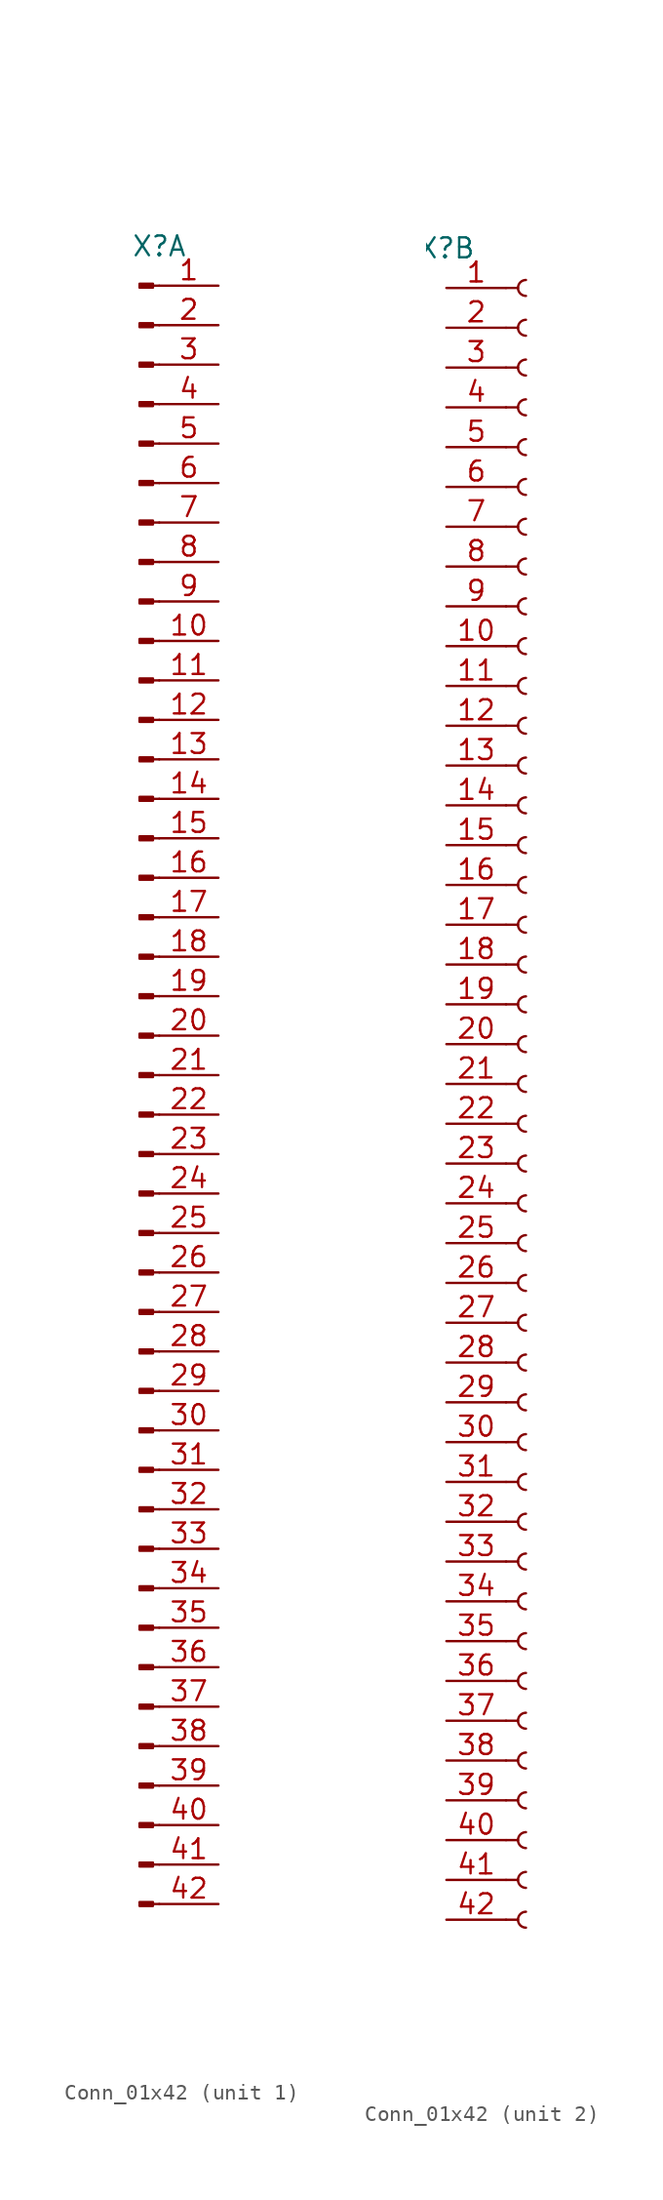
<source format=kicad_sym>
(kicad_symbol_lib
  (version 20241209)
  (generator "kicad_symbol_editor")
  (generator_version "9.0")
  (symbol "Conn_01x42"
    (pin_names
      (offset 1.016)
      (hide yes))
    (property "Reference" "X"
      (at 0 53.34 0)
      (effects (font (size 1.27 1.27))))
    (property "ki_locked" ""
      (at 0 0 0)
      (effects (font (size 1.27 1.27))))
    (symbol "Conn_01x42_1_1"
      (rectangle (start -0.406 50.927) (end -1.27 50.673) (stroke (width 0.152) (type default)) (fill (type outline)))
      (rectangle (start -0.406 48.387) (end -1.27 48.133) (stroke (width 0.152) (type default)) (fill (type outline)))
      (rectangle (start -0.406 45.847) (end -1.27 45.593) (stroke (width 0.152) (type default)) (fill (type outline)))
      (rectangle (start -0.406 43.307) (end -1.27 43.053) (stroke (width 0.152) (type default)) (fill (type outline)))
      (rectangle (start -0.406 40.767) (end -1.27 40.513) (stroke (width 0.152) (type default)) (fill (type outline)))
      (rectangle (start -0.406 38.227) (end -1.27 37.973) (stroke (width 0.152) (type default)) (fill (type outline)))
      (rectangle (start -0.406 35.687) (end -1.27 35.433) (stroke (width 0.152) (type default)) (fill (type outline)))
      (rectangle (start -0.406 33.147) (end -1.27 32.893) (stroke (width 0.152) (type default)) (fill (type outline)))
      (rectangle (start -0.406 30.607) (end -1.27 30.353) (stroke (width 0.152) (type default)) (fill (type outline)))
      (rectangle (start -0.406 28.067) (end -1.27 27.813) (stroke (width 0.152) (type default)) (fill (type outline)))
      (rectangle (start -0.406 25.527) (end -1.27 25.273) (stroke (width 0.152) (type default)) (fill (type outline)))
      (rectangle (start -0.406 22.987) (end -1.27 22.733) (stroke (width 0.152) (type default)) (fill (type outline)))
      (rectangle (start -0.406 20.447) (end -1.27 20.193) (stroke (width 0.152) (type default)) (fill (type outline)))
      (rectangle (start -0.406 17.907) (end -1.27 17.653) (stroke (width 0.152) (type default)) (fill (type outline)))
      (rectangle (start -0.406 15.367) (end -1.27 15.113) (stroke (width 0.152) (type default)) (fill (type outline)))
      (rectangle (start -0.406 12.827) (end -1.27 12.573) (stroke (width 0.152) (type default)) (fill (type outline)))
      (rectangle (start -0.406 10.287) (end -1.27 10.033) (stroke (width 0.152) (type default)) (fill (type outline)))
      (rectangle (start -0.406 7.747) (end -1.27 7.493) (stroke (width 0.152) (type default)) (fill (type outline)))
      (rectangle (start -0.406 5.207) (end -1.27 4.953) (stroke (width 0.152) (type default)) (fill (type outline)))
      (rectangle (start -0.406 2.667) (end -1.27 2.413) (stroke (width 0.152) (type default)) (fill (type outline)))
      (rectangle (start -0.406 0.127) (end -1.27 -0.127) (stroke (width 0.152) (type default)) (fill (type outline)))
      (rectangle (start -0.406 -2.413) (end -1.27 -2.667) (stroke (width 0.152) (type default)) (fill (type outline)))
      (rectangle (start -0.406 -4.953) (end -1.27 -5.207) (stroke (width 0.152) (type default)) (fill (type outline)))
      (rectangle (start -0.406 -7.493) (end -1.27 -7.747) (stroke (width 0.152) (type default)) (fill (type outline)))
      (rectangle (start -0.406 -10.033) (end -1.27 -10.287) (stroke (width 0.152) (type default)) (fill (type outline)))
      (rectangle (start -0.406 -12.573) (end -1.27 -12.827) (stroke (width 0.152) (type default)) (fill (type outline)))
      (rectangle (start -0.406 -15.113) (end -1.27 -15.367) (stroke (width 0.152) (type default)) (fill (type outline)))
      (rectangle (start -0.406 -17.653) (end -1.27 -17.907) (stroke (width 0.152) (type default)) (fill (type outline)))
      (rectangle (start -0.406 -20.193) (end -1.27 -20.447) (stroke (width 0.152) (type default)) (fill (type outline)))
      (rectangle (start -0.406 -22.733) (end -1.27 -22.987) (stroke (width 0.152) (type default)) (fill (type outline)))
      (rectangle (start -0.406 -25.273) (end -1.27 -25.527) (stroke (width 0.152) (type default)) (fill (type outline)))
      (rectangle (start -0.406 -27.813) (end -1.27 -28.067) (stroke (width 0.152) (type default)) (fill (type outline)))
      (rectangle (start -0.406 -30.353) (end -1.27 -30.607) (stroke (width 0.152) (type default)) (fill (type outline)))
      (rectangle (start -0.406 -32.893) (end -1.27 -33.147) (stroke (width 0.152) (type default)) (fill (type outline)))
      (rectangle (start -0.406 -35.433) (end -1.27 -35.687) (stroke (width 0.152) (type default)) (fill (type outline)))
      (rectangle (start -0.406 -37.973) (end -1.27 -38.227) (stroke (width 0.152) (type default)) (fill (type outline)))
      (rectangle (start -0.406 -40.513) (end -1.27 -40.767) (stroke (width 0.152) (type default)) (fill (type outline)))
      (rectangle (start -0.406 -43.053) (end -1.27 -43.307) (stroke (width 0.152) (type default)) (fill (type outline)))
      (rectangle (start -0.406 -45.593) (end -1.27 -45.847) (stroke (width 0.152) (type default)) (fill (type outline)))
      (rectangle (start -0.406 -48.133) (end -1.27 -48.387) (stroke (width 0.152) (type default)) (fill (type outline)))
      (rectangle (start -0.406 -50.673) (end -1.27 -50.927) (stroke (width 0.152) (type default)) (fill (type outline)))
      (rectangle (start -0.406 -53.213) (end -1.27 -53.467) (stroke (width 0.152) (type default)) (fill (type outline)))
      (polyline (pts (xy 0 50.8) (xy -0.406 50.8)) (stroke (width 0.152) (type default)) (fill (type none)))
      (polyline (pts (xy 0 48.26) (xy -0.406 48.26)) (stroke (width 0.152) (type default)) (fill (type none)))
      (polyline (pts (xy 0 45.72) (xy -0.406 45.72)) (stroke (width 0.152) (type default)) (fill (type none)))
      (polyline (pts (xy 0 43.18) (xy -0.406 43.18)) (stroke (width 0.152) (type default)) (fill (type none)))
      (polyline (pts (xy 0 40.64) (xy -0.406 40.64)) (stroke (width 0.152) (type default)) (fill (type none)))
      (polyline (pts (xy 0 38.1) (xy -0.406 38.1)) (stroke (width 0.152) (type default)) (fill (type none)))
      (polyline (pts (xy 0 35.56) (xy -0.406 35.56)) (stroke (width 0.152) (type default)) (fill (type none)))
      (polyline (pts (xy 0 33.02) (xy -0.406 33.02)) (stroke (width 0.152) (type default)) (fill (type none)))
      (polyline (pts (xy 0 30.48) (xy -0.406 30.48)) (stroke (width 0.152) (type default)) (fill (type none)))
      (polyline (pts (xy 0 27.94) (xy -0.406 27.94)) (stroke (width 0.152) (type default)) (fill (type none)))
      (polyline (pts (xy 0 25.4) (xy -0.406 25.4)) (stroke (width 0.152) (type default)) (fill (type none)))
      (polyline (pts (xy 0 22.86) (xy -0.406 22.86)) (stroke (width 0.152) (type default)) (fill (type none)))
      (polyline (pts (xy 0 20.32) (xy -0.406 20.32)) (stroke (width 0.152) (type default)) (fill (type none)))
      (polyline (pts (xy 0 17.78) (xy -0.406 17.78)) (stroke (width 0.152) (type default)) (fill (type none)))
      (polyline (pts (xy 0 15.24) (xy -0.406 15.24)) (stroke (width 0.152) (type default)) (fill (type none)))
      (polyline (pts (xy 0 12.7) (xy -0.406 12.7)) (stroke (width 0.152) (type default)) (fill (type none)))
      (polyline (pts (xy 0 10.16) (xy -0.406 10.16)) (stroke (width 0.152) (type default)) (fill (type none)))
      (polyline (pts (xy 0 7.62) (xy -0.406 7.62)) (stroke (width 0.152) (type default)) (fill (type none)))
      (polyline (pts (xy 0 5.08) (xy -0.406 5.08)) (stroke (width 0.152) (type default)) (fill (type none)))
      (polyline (pts (xy 0 2.54) (xy -0.406 2.54)) (stroke (width 0.152) (type default)) (fill (type none)))
      (polyline (pts (xy 0 0) (xy -0.406 0)) (stroke (width 0.152) (type default)) (fill (type none)))
      (polyline (pts (xy 0 -2.54) (xy -0.406 -2.54)) (stroke (width 0.152) (type default)) (fill (type none)))
      (polyline (pts (xy 0 -5.08) (xy -0.406 -5.08)) (stroke (width 0.152) (type default)) (fill (type none)))
      (polyline (pts (xy 0 -7.62) (xy -0.406 -7.62)) (stroke (width 0.152) (type default)) (fill (type none)))
      (polyline (pts (xy 0 -10.16) (xy -0.406 -10.16)) (stroke (width 0.152) (type default)) (fill (type none)))
      (polyline (pts (xy 0 -12.7) (xy -0.406 -12.7)) (stroke (width 0.152) (type default)) (fill (type none)))
      (polyline (pts (xy 0 -15.24) (xy -0.406 -15.24)) (stroke (width 0.152) (type default)) (fill (type none)))
      (polyline (pts (xy 0 -17.78) (xy -0.406 -17.78)) (stroke (width 0.152) (type default)) (fill (type none)))
      (polyline (pts (xy 0 -20.32) (xy -0.406 -20.32)) (stroke (width 0.152) (type default)) (fill (type none)))
      (polyline (pts (xy 0 -22.86) (xy -0.406 -22.86)) (stroke (width 0.152) (type default)) (fill (type none)))
      (polyline (pts (xy 0 -25.4) (xy -0.406 -25.4)) (stroke (width 0.152) (type default)) (fill (type none)))
      (polyline (pts (xy 0 -27.94) (xy -0.406 -27.94)) (stroke (width 0.152) (type default)) (fill (type none)))
      (polyline (pts (xy 0 -30.48) (xy -0.406 -30.48)) (stroke (width 0.152) (type default)) (fill (type none)))
      (polyline (pts (xy 0 -33.02) (xy -0.406 -33.02)) (stroke (width 0.152) (type default)) (fill (type none)))
      (polyline (pts (xy 0 -35.56) (xy -0.406 -35.56)) (stroke (width 0.152) (type default)) (fill (type none)))
      (polyline (pts (xy 0 -38.1) (xy -0.406 -38.1)) (stroke (width 0.152) (type default)) (fill (type none)))
      (polyline (pts (xy 0 -40.64) (xy -0.406 -40.64)) (stroke (width 0.152) (type default)) (fill (type none)))
      (polyline (pts (xy 0 -43.18) (xy -0.406 -43.18)) (stroke (width 0.152) (type default)) (fill (type none)))
      (polyline (pts (xy 0 -45.72) (xy -0.406 -45.72)) (stroke (width 0.152) (type default)) (fill (type none)))
      (polyline (pts (xy 0 -48.26) (xy -0.406 -48.26)) (stroke (width 0.152) (type default)) (fill (type none)))
      (polyline (pts (xy 0 -50.8) (xy -0.406 -50.8)) (stroke (width 0.152) (type default)) (fill (type none)))
      (polyline (pts (xy 0 -53.34) (xy -0.406 -53.34)) (stroke (width 0.152) (type default)) (fill (type none)))
      (pin passive line (at 3.81 50.8 180) (length 3.81) (name "Pin_1" (effects (font (size 1.27 1.27)))) (number "1" (effects (font (size 1.27 1.27)))))
      (pin passive line (at 3.81 48.26 180) (length 3.81) (name "Pin_2" (effects (font (size 1.27 1.27)))) (number "2" (effects (font (size 1.27 1.27)))))
      (pin passive line (at 3.81 45.72 180) (length 3.81) (name "Pin_3" (effects (font (size 1.27 1.27)))) (number "3" (effects (font (size 1.27 1.27)))))
      (pin passive line (at 3.81 43.18 180) (length 3.81) (name "Pin_4" (effects (font (size 1.27 1.27)))) (number "4" (effects (font (size 1.27 1.27)))))
      (pin passive line (at 3.81 40.64 180) (length 3.81) (name "Pin_5" (effects (font (size 1.27 1.27)))) (number "5" (effects (font (size 1.27 1.27)))))
      (pin passive line (at 3.81 38.1 180) (length 3.81) (name "Pin_6" (effects (font (size 1.27 1.27)))) (number "6" (effects (font (size 1.27 1.27)))))
      (pin passive line (at 3.81 35.56 180) (length 3.81) (name "Pin_7" (effects (font (size 1.27 1.27)))) (number "7" (effects (font (size 1.27 1.27)))))
      (pin passive line (at 3.81 33.02 180) (length 3.81) (name "Pin_8" (effects (font (size 1.27 1.27)))) (number "8" (effects (font (size 1.27 1.27)))))
      (pin passive line (at 3.81 30.48 180) (length 3.81) (name "Pin_9" (effects (font (size 1.27 1.27)))) (number "9" (effects (font (size 1.27 1.27)))))
      (pin passive line (at 3.81 27.94 180) (length 3.81) (name "Pin_10" (effects (font (size 1.27 1.27)))) (number "10" (effects (font (size 1.27 1.27)))))
      (pin passive line (at 3.81 25.4 180) (length 3.81) (name "Pin_11" (effects (font (size 1.27 1.27)))) (number "11" (effects (font (size 1.27 1.27)))))
      (pin passive line (at 3.81 22.86 180) (length 3.81) (name "Pin_12" (effects (font (size 1.27 1.27)))) (number "12" (effects (font (size 1.27 1.27)))))
      (pin passive line (at 3.81 20.32 180) (length 3.81) (name "Pin_13" (effects (font (size 1.27 1.27)))) (number "13" (effects (font (size 1.27 1.27)))))
      (pin passive line (at 3.81 17.78 180) (length 3.81) (name "Pin_14" (effects (font (size 1.27 1.27)))) (number "14" (effects (font (size 1.27 1.27)))))
      (pin passive line (at 3.81 15.24 180) (length 3.81) (name "Pin_15" (effects (font (size 1.27 1.27)))) (number "15" (effects (font (size 1.27 1.27)))))
      (pin passive line (at 3.81 12.7 180) (length 3.81) (name "Pin_16" (effects (font (size 1.27 1.27)))) (number "16" (effects (font (size 1.27 1.27)))))
      (pin passive line (at 3.81 10.16 180) (length 3.81) (name "Pin_17" (effects (font (size 1.27 1.27)))) (number "17" (effects (font (size 1.27 1.27)))))
      (pin passive line (at 3.81 7.62 180) (length 3.81) (name "Pin_18" (effects (font (size 1.27 1.27)))) (number "18" (effects (font (size 1.27 1.27)))))
      (pin passive line (at 3.81 5.08 180) (length 3.81) (name "Pin_19" (effects (font (size 1.27 1.27)))) (number "19" (effects (font (size 1.27 1.27)))))
      (pin passive line (at 3.81 2.54 180) (length 3.81) (name "Pin_20" (effects (font (size 1.27 1.27)))) (number "20" (effects (font (size 1.27 1.27)))))
      (pin passive line (at 3.81 0 180) (length 3.81) (name "Pin_21" (effects (font (size 1.27 1.27)))) (number "21" (effects (font (size 1.27 1.27)))))
      (pin passive line (at 3.81 -2.54 180) (length 3.81) (name "Pin_22" (effects (font (size 1.27 1.27)))) (number "22" (effects (font (size 1.27 1.27)))))
      (pin passive line (at 3.81 -5.08 180) (length 3.81) (name "Pin_23" (effects (font (size 1.27 1.27)))) (number "23" (effects (font (size 1.27 1.27)))))
      (pin passive line (at 3.81 -7.62 180) (length 3.81) (name "Pin_24" (effects (font (size 1.27 1.27)))) (number "24" (effects (font (size 1.27 1.27)))))
      (pin passive line (at 3.81 -10.16 180) (length 3.81) (name "Pin_25" (effects (font (size 1.27 1.27)))) (number "25" (effects (font (size 1.27 1.27)))))
      (pin passive line (at 3.81 -12.7 180) (length 3.81) (name "Pin_26" (effects (font (size 1.27 1.27)))) (number "26" (effects (font (size 1.27 1.27)))))
      (pin passive line (at 3.81 -15.24 180) (length 3.81) (name "Pin_27" (effects (font (size 1.27 1.27)))) (number "27" (effects (font (size 1.27 1.27)))))
      (pin passive line (at 3.81 -17.78 180) (length 3.81) (name "Pin_28" (effects (font (size 1.27 1.27)))) (number "28" (effects (font (size 1.27 1.27)))))
      (pin passive line (at 3.81 -20.32 180) (length 3.81) (name "Pin_29" (effects (font (size 1.27 1.27)))) (number "29" (effects (font (size 1.27 1.27)))))
      (pin passive line (at 3.81 -22.86 180) (length 3.81) (name "Pin_30" (effects (font (size 1.27 1.27)))) (number "30" (effects (font (size 1.27 1.27)))))
      (pin passive line (at 3.81 -25.4 180) (length 3.81) (name "Pin_31" (effects (font (size 1.27 1.27)))) (number "31" (effects (font (size 1.27 1.27)))))
      (pin passive line (at 3.81 -27.94 180) (length 3.81) (name "Pin_32" (effects (font (size 1.27 1.27)))) (number "32" (effects (font (size 1.27 1.27)))))
      (pin passive line (at 3.81 -30.48 180) (length 3.81) (name "Pin_33" (effects (font (size 1.27 1.27)))) (number "33" (effects (font (size 1.27 1.27)))))
      (pin passive line (at 3.81 -33.02 180) (length 3.81) (name "Pin_34" (effects (font (size 1.27 1.27)))) (number "34" (effects (font (size 1.27 1.27)))))
      (pin passive line (at 3.81 -35.56 180) (length 3.81) (name "Pin_35" (effects (font (size 1.27 1.27)))) (number "35" (effects (font (size 1.27 1.27)))))
      (pin passive line (at 3.81 -38.1 180) (length 3.81) (name "Pin_36" (effects (font (size 1.27 1.27)))) (number "36" (effects (font (size 1.27 1.27)))))
      (pin passive line (at 3.81 -40.64 180) (length 3.81) (name "Pin_37" (effects (font (size 1.27 1.27)))) (number "37" (effects (font (size 1.27 1.27)))))
      (pin passive line (at 3.81 -43.18 180) (length 3.81) (name "Pin_38" (effects (font (size 1.27 1.27)))) (number "38" (effects (font (size 1.27 1.27)))))
      (pin passive line (at 3.81 -45.72 180) (length 3.81) (name "Pin_39" (effects (font (size 1.27 1.27)))) (number "39" (effects (font (size 1.27 1.27)))))
      (pin passive line (at 3.81 -48.26 180) (length 3.81) (name "Pin_40" (effects (font (size 1.27 1.27)))) (number "40" (effects (font (size 1.27 1.27)))))
      (pin passive line (at 3.81 -50.8 180) (length 3.81) (name "Pin_41" (effects (font (size 1.27 1.27)))) (number "41" (effects (font (size 1.27 1.27)))))
      (pin passive line (at 3.81 -53.34 180) (length 3.81) (name "Pin_42" (effects (font (size 1.27 1.27)))) (number "42" (effects (font (size 1.27 1.27))))))
    (symbol "Conn_01x42_2_1"
      (polyline (pts (xy 3.81 50.8) (xy 4.572 50.8)) (stroke (width 0.152) (type default)) (fill (type none)))
      (polyline (pts (xy 3.81 48.26) (xy 4.572 48.26)) (stroke (width 0.152) (type default)) (fill (type none)))
      (polyline (pts (xy 3.81 45.72) (xy 4.572 45.72)) (stroke (width 0.152) (type default)) (fill (type none)))
      (polyline (pts (xy 3.81 43.18) (xy 4.572 43.18)) (stroke (width 0.152) (type default)) (fill (type none)))
      (polyline (pts (xy 3.81 40.64) (xy 4.572 40.64)) (stroke (width 0.152) (type default)) (fill (type none)))
      (polyline (pts (xy 3.81 38.1) (xy 4.572 38.1)) (stroke (width 0.152) (type default)) (fill (type none)))
      (polyline (pts (xy 3.81 35.56) (xy 4.572 35.56)) (stroke (width 0.152) (type default)) (fill (type none)))
      (polyline (pts (xy 3.81 33.02) (xy 4.572 33.02)) (stroke (width 0.152) (type default)) (fill (type none)))
      (polyline (pts (xy 3.81 30.48) (xy 4.572 30.48)) (stroke (width 0.152) (type default)) (fill (type none)))
      (polyline (pts (xy 3.81 27.94) (xy 4.572 27.94)) (stroke (width 0.152) (type default)) (fill (type none)))
      (polyline (pts (xy 3.81 25.4) (xy 4.572 25.4)) (stroke (width 0.152) (type default)) (fill (type none)))
      (polyline (pts (xy 3.81 22.86) (xy 4.572 22.86)) (stroke (width 0.152) (type default)) (fill (type none)))
      (polyline (pts (xy 3.81 20.32) (xy 4.572 20.32)) (stroke (width 0.152) (type default)) (fill (type none)))
      (polyline (pts (xy 3.81 17.78) (xy 4.572 17.78)) (stroke (width 0.152) (type default)) (fill (type none)))
      (polyline (pts (xy 3.81 15.24) (xy 4.572 15.24)) (stroke (width 0.152) (type default)) (fill (type none)))
      (polyline (pts (xy 3.81 12.7) (xy 4.572 12.7)) (stroke (width 0.152) (type default)) (fill (type none)))
      (polyline (pts (xy 3.81 10.16) (xy 4.572 10.16)) (stroke (width 0.152) (type default)) (fill (type none)))
      (polyline (pts (xy 3.81 7.62) (xy 4.572 7.62)) (stroke (width 0.152) (type default)) (fill (type none)))
      (polyline (pts (xy 3.81 5.08) (xy 4.572 5.08)) (stroke (width 0.152) (type default)) (fill (type none)))
      (polyline (pts (xy 3.81 2.54) (xy 4.572 2.54)) (stroke (width 0.152) (type default)) (fill (type none)))
      (polyline (pts (xy 3.81 0) (xy 4.572 0)) (stroke (width 0.152) (type default)) (fill (type none)))
      (polyline (pts (xy 3.81 -2.54) (xy 4.572 -2.54)) (stroke (width 0.152) (type default)) (fill (type none)))
      (polyline (pts (xy 3.81 -5.08) (xy 4.572 -5.08)) (stroke (width 0.152) (type default)) (fill (type none)))
      (polyline (pts (xy 3.81 -7.62) (xy 4.572 -7.62)) (stroke (width 0.152) (type default)) (fill (type none)))
      (polyline (pts (xy 3.81 -10.16) (xy 4.572 -10.16)) (stroke (width 0.152) (type default)) (fill (type none)))
      (polyline (pts (xy 3.81 -12.7) (xy 4.572 -12.7)) (stroke (width 0.152) (type default)) (fill (type none)))
      (polyline (pts (xy 3.81 -15.24) (xy 4.572 -15.24)) (stroke (width 0.152) (type default)) (fill (type none)))
      (polyline (pts (xy 3.81 -17.78) (xy 4.572 -17.78)) (stroke (width 0.152) (type default)) (fill (type none)))
      (polyline (pts (xy 3.81 -20.32) (xy 4.572 -20.32)) (stroke (width 0.152) (type default)) (fill (type none)))
      (polyline (pts (xy 3.81 -22.86) (xy 4.572 -22.86)) (stroke (width 0.152) (type default)) (fill (type none)))
      (polyline (pts (xy 3.81 -25.4) (xy 4.572 -25.4)) (stroke (width 0.152) (type default)) (fill (type none)))
      (polyline (pts (xy 3.81 -27.94) (xy 4.572 -27.94)) (stroke (width 0.152) (type default)) (fill (type none)))
      (polyline (pts (xy 3.81 -30.48) (xy 4.572 -30.48)) (stroke (width 0.152) (type default)) (fill (type none)))
      (polyline (pts (xy 3.81 -33.02) (xy 4.572 -33.02)) (stroke (width 0.152) (type default)) (fill (type none)))
      (polyline (pts (xy 3.81 -35.56) (xy 4.572 -35.56)) (stroke (width 0.152) (type default)) (fill (type none)))
      (polyline (pts (xy 3.81 -38.1) (xy 4.572 -38.1)) (stroke (width 0.152) (type default)) (fill (type none)))
      (polyline (pts (xy 3.81 -40.64) (xy 4.572 -40.64)) (stroke (width 0.152) (type default)) (fill (type none)))
      (polyline (pts (xy 3.81 -43.18) (xy 4.572 -43.18)) (stroke (width 0.152) (type default)) (fill (type none)))
      (polyline (pts (xy 3.81 -45.72) (xy 4.572 -45.72)) (stroke (width 0.152) (type default)) (fill (type none)))
      (polyline (pts (xy 3.81 -48.26) (xy 4.572 -48.26)) (stroke (width 0.152) (type default)) (fill (type none)))
      (polyline (pts (xy 3.81 -50.8) (xy 4.572 -50.8)) (stroke (width 0.152) (type default)) (fill (type none)))
      (polyline (pts (xy 3.81 -53.34) (xy 4.572 -53.34)) (stroke (width 0.152) (type default)) (fill (type none)))
      (arc (start 5.08 50.292) (mid 4.5742 50.8) (end 5.08 51.308) (stroke (width 0.1524) (type default)) (fill (type none)))
      (arc (start 5.08 47.752) (mid 4.5742 48.26) (end 5.08 48.768) (stroke (width 0.1524) (type default)) (fill (type none)))
      (arc (start 5.08 45.212) (mid 4.5742 45.72) (end 5.08 46.228) (stroke (width 0.1524) (type default)) (fill (type none)))
      (arc (start 5.08 42.672) (mid 4.5742 43.18) (end 5.08 43.688) (stroke (width 0.1524) (type default)) (fill (type none)))
      (arc (start 5.08 40.132) (mid 4.5742 40.64) (end 5.08 41.148) (stroke (width 0.1524) (type default)) (fill (type none)))
      (arc (start 5.08 37.592) (mid 4.5742 38.1) (end 5.08 38.608) (stroke (width 0.1524) (type default)) (fill (type none)))
      (arc (start 5.08 35.052) (mid 4.5742 35.56) (end 5.08 36.068) (stroke (width 0.1524) (type default)) (fill (type none)))
      (arc (start 5.08 32.512) (mid 4.5742 33.02) (end 5.08 33.528) (stroke (width 0.1524) (type default)) (fill (type none)))
      (arc (start 5.08 29.972) (mid 4.5742 30.48) (end 5.08 30.988) (stroke (width 0.1524) (type default)) (fill (type none)))
      (arc (start 5.08 27.432) (mid 4.5742 27.94) (end 5.08 28.448) (stroke (width 0.1524) (type default)) (fill (type none)))
      (arc (start 5.08 24.892) (mid 4.5742 25.4) (end 5.08 25.908) (stroke (width 0.1524) (type default)) (fill (type none)))
      (arc (start 5.08 22.352) (mid 4.5742 22.86) (end 5.08 23.368) (stroke (width 0.1524) (type default)) (fill (type none)))
      (arc (start 5.08 19.812) (mid 4.5742 20.32) (end 5.08 20.828) (stroke (width 0.1524) (type default)) (fill (type none)))
      (arc (start 5.08 17.272) (mid 4.5742 17.78) (end 5.08 18.288) (stroke (width 0.1524) (type default)) (fill (type none)))
      (arc (start 5.08 14.732) (mid 4.5742 15.24) (end 5.08 15.748) (stroke (width 0.1524) (type default)) (fill (type none)))
      (arc (start 5.08 12.192) (mid 4.5742 12.7) (end 5.08 13.208) (stroke (width 0.1524) (type default)) (fill (type none)))
      (arc (start 5.08 9.652) (mid 4.5742 10.16) (end 5.08 10.668) (stroke (width 0.1524) (type default)) (fill (type none)))
      (arc (start 5.08 7.112) (mid 4.5742 7.62) (end 5.08 8.128) (stroke (width 0.1524) (type default)) (fill (type none)))
      (arc (start 5.08 4.572) (mid 4.5742 5.08) (end 5.08 5.588) (stroke (width 0.1524) (type default)) (fill (type none)))
      (arc (start 5.08 2.032) (mid 4.5742 2.54) (end 5.08 3.048) (stroke (width 0.1524) (type default)) (fill (type none)))
      (arc (start 5.08 -0.508) (mid 4.5742 0) (end 5.08 0.508) (stroke (width 0.1524) (type default)) (fill (type none)))
      (arc (start 5.08 -3.048) (mid 4.5742 -2.54) (end 5.08 -2.032) (stroke (width 0.1524) (type default)) (fill (type none)))
      (arc (start 5.08 -5.588) (mid 4.5742 -5.08) (end 5.08 -4.572) (stroke (width 0.1524) (type default)) (fill (type none)))
      (arc (start 5.08 -8.128) (mid 4.5742 -7.62) (end 5.08 -7.112) (stroke (width 0.1524) (type default)) (fill (type none)))
      (arc (start 5.08 -10.668) (mid 4.5742 -10.16) (end 5.08 -9.652) (stroke (width 0.1524) (type default)) (fill (type none)))
      (arc (start 5.08 -13.208) (mid 4.5742 -12.7) (end 5.08 -12.192) (stroke (width 0.1524) (type default)) (fill (type none)))
      (arc (start 5.08 -15.748) (mid 4.5742 -15.24) (end 5.08 -14.732) (stroke (width 0.1524) (type default)) (fill (type none)))
      (arc (start 5.08 -18.288) (mid 4.5742 -17.78) (end 5.08 -17.272) (stroke (width 0.1524) (type default)) (fill (type none)))
      (arc (start 5.08 -20.828) (mid 4.5742 -20.32) (end 5.08 -19.812) (stroke (width 0.1524) (type default)) (fill (type none)))
      (arc (start 5.08 -23.368) (mid 4.5742 -22.86) (end 5.08 -22.352) (stroke (width 0.1524) (type default)) (fill (type none)))
      (arc (start 5.08 -25.908) (mid 4.5742 -25.4) (end 5.08 -24.892) (stroke (width 0.1524) (type default)) (fill (type none)))
      (arc (start 5.08 -28.448) (mid 4.5742 -27.94) (end 5.08 -27.432) (stroke (width 0.1524) (type default)) (fill (type none)))
      (arc (start 5.08 -30.988) (mid 4.5742 -30.48) (end 5.08 -29.972) (stroke (width 0.1524) (type default)) (fill (type none)))
      (arc (start 5.08 -33.528) (mid 4.5742 -33.02) (end 5.08 -32.512) (stroke (width 0.1524) (type default)) (fill (type none)))
      (arc (start 5.08 -36.068) (mid 4.5742 -35.56) (end 5.08 -35.052) (stroke (width 0.1524) (type default)) (fill (type none)))
      (arc (start 5.08 -38.608) (mid 4.5742 -38.1) (end 5.08 -37.592) (stroke (width 0.1524) (type default)) (fill (type none)))
      (arc (start 5.08 -41.148) (mid 4.5742 -40.64) (end 5.08 -40.132) (stroke (width 0.1524) (type default)) (fill (type none)))
      (arc (start 5.08 -43.688) (mid 4.5742 -43.18) (end 5.08 -42.672) (stroke (width 0.1524) (type default)) (fill (type none)))
      (arc (start 5.08 -46.228) (mid 4.5742 -45.72) (end 5.08 -45.212) (stroke (width 0.1524) (type default)) (fill (type none)))
      (arc (start 5.08 -48.768) (mid 4.5742 -48.26) (end 5.08 -47.752) (stroke (width 0.1524) (type default)) (fill (type none)))
      (arc (start 5.08 -51.308) (mid 4.5742 -50.8) (end 5.08 -50.292) (stroke (width 0.1524) (type default)) (fill (type none)))
      (arc (start 5.08 -53.848) (mid 4.5742 -53.34) (end 5.08 -52.832) (stroke (width 0.1524) (type default)) (fill (type none)))
      (pin passive line (at 0 50.8 0) (length 3.81) (name "Pin_1" (effects (font (size 1.27 1.27)))) (number "1" (effects (font (size 1.27 1.27)))))
      (pin passive line (at 0 48.26 0) (length 3.81) (name "Pin_2" (effects (font (size 1.27 1.27)))) (number "2" (effects (font (size 1.27 1.27)))))
      (pin passive line (at 0 45.72 0) (length 3.81) (name "Pin_3" (effects (font (size 1.27 1.27)))) (number "3" (effects (font (size 1.27 1.27)))))
      (pin passive line (at 0 43.18 0) (length 3.81) (name "Pin_4" (effects (font (size 1.27 1.27)))) (number "4" (effects (font (size 1.27 1.27)))))
      (pin passive line (at 0 40.64 0) (length 3.81) (name "Pin_5" (effects (font (size 1.27 1.27)))) (number "5" (effects (font (size 1.27 1.27)))))
      (pin passive line (at 0 38.1 0) (length 3.81) (name "Pin_6" (effects (font (size 1.27 1.27)))) (number "6" (effects (font (size 1.27 1.27)))))
      (pin passive line (at 0 35.56 0) (length 3.81) (name "Pin_7" (effects (font (size 1.27 1.27)))) (number "7" (effects (font (size 1.27 1.27)))))
      (pin passive line (at 0 33.02 0) (length 3.81) (name "Pin_8" (effects (font (size 1.27 1.27)))) (number "8" (effects (font (size 1.27 1.27)))))
      (pin passive line (at 0 30.48 0) (length 3.81) (name "Pin_9" (effects (font (size 1.27 1.27)))) (number "9" (effects (font (size 1.27 1.27)))))
      (pin passive line (at 0 27.94 0) (length 3.81) (name "Pin_10" (effects (font (size 1.27 1.27)))) (number "10" (effects (font (size 1.27 1.27)))))
      (pin passive line (at 0 25.4 0) (length 3.81) (name "Pin_11" (effects (font (size 1.27 1.27)))) (number "11" (effects (font (size 1.27 1.27)))))
      (pin passive line (at 0 22.86 0) (length 3.81) (name "Pin_12" (effects (font (size 1.27 1.27)))) (number "12" (effects (font (size 1.27 1.27)))))
      (pin passive line (at 0 20.32 0) (length 3.81) (name "Pin_13" (effects (font (size 1.27 1.27)))) (number "13" (effects (font (size 1.27 1.27)))))
      (pin passive line (at 0 17.78 0) (length 3.81) (name "Pin_14" (effects (font (size 1.27 1.27)))) (number "14" (effects (font (size 1.27 1.27)))))
      (pin passive line (at 0 15.24 0) (length 3.81) (name "Pin_15" (effects (font (size 1.27 1.27)))) (number "15" (effects (font (size 1.27 1.27)))))
      (pin passive line (at 0 12.7 0) (length 3.81) (name "Pin_16" (effects (font (size 1.27 1.27)))) (number "16" (effects (font (size 1.27 1.27)))))
      (pin passive line (at 0 10.16 0) (length 3.81) (name "Pin_17" (effects (font (size 1.27 1.27)))) (number "17" (effects (font (size 1.27 1.27)))))
      (pin passive line (at 0 7.62 0) (length 3.81) (name "Pin_18" (effects (font (size 1.27 1.27)))) (number "18" (effects (font (size 1.27 1.27)))))
      (pin passive line (at 0 5.08 0) (length 3.81) (name "Pin_19" (effects (font (size 1.27 1.27)))) (number "19" (effects (font (size 1.27 1.27)))))
      (pin passive line (at 0 2.54 0) (length 3.81) (name "Pin_20" (effects (font (size 1.27 1.27)))) (number "20" (effects (font (size 1.27 1.27)))))
      (pin passive line (at 0 0 0) (length 3.81) (name "Pin_21" (effects (font (size 1.27 1.27)))) (number "21" (effects (font (size 1.27 1.27)))))
      (pin passive line (at 0 -2.54 0) (length 3.81) (name "Pin_22" (effects (font (size 1.27 1.27)))) (number "22" (effects (font (size 1.27 1.27)))))
      (pin passive line (at 0 -5.08 0) (length 3.81) (name "Pin_23" (effects (font (size 1.27 1.27)))) (number "23" (effects (font (size 1.27 1.27)))))
      (pin passive line (at 0 -7.62 0) (length 3.81) (name "Pin_24" (effects (font (size 1.27 1.27)))) (number "24" (effects (font (size 1.27 1.27)))))
      (pin passive line (at 0 -10.16 0) (length 3.81) (name "Pin_25" (effects (font (size 1.27 1.27)))) (number "25" (effects (font (size 1.27 1.27)))))
      (pin passive line (at 0 -12.7 0) (length 3.81) (name "Pin_26" (effects (font (size 1.27 1.27)))) (number "26" (effects (font (size 1.27 1.27)))))
      (pin passive line (at 0 -15.24 0) (length 3.81) (name "Pin_27" (effects (font (size 1.27 1.27)))) (number "27" (effects (font (size 1.27 1.27)))))
      (pin passive line (at 0 -17.78 0) (length 3.81) (name "Pin_28" (effects (font (size 1.27 1.27)))) (number "28" (effects (font (size 1.27 1.27)))))
      (pin passive line (at 0 -20.32 0) (length 3.81) (name "Pin_29" (effects (font (size 1.27 1.27)))) (number "29" (effects (font (size 1.27 1.27)))))
      (pin passive line (at 0 -22.86 0) (length 3.81) (name "Pin_30" (effects (font (size 1.27 1.27)))) (number "30" (effects (font (size 1.27 1.27)))))
      (pin passive line (at 0 -25.4 0) (length 3.81) (name "Pin_31" (effects (font (size 1.27 1.27)))) (number "31" (effects (font (size 1.27 1.27)))))
      (pin passive line (at 0 -27.94 0) (length 3.81) (name "Pin_32" (effects (font (size 1.27 1.27)))) (number "32" (effects (font (size 1.27 1.27)))))
      (pin passive line (at 0 -30.48 0) (length 3.81) (name "Pin_33" (effects (font (size 1.27 1.27)))) (number "33" (effects (font (size 1.27 1.27)))))
      (pin passive line (at 0 -33.02 0) (length 3.81) (name "Pin_34" (effects (font (size 1.27 1.27)))) (number "34" (effects (font (size 1.27 1.27)))))
      (pin passive line (at 0 -35.56 0) (length 3.81) (name "Pin_35" (effects (font (size 1.27 1.27)))) (number "35" (effects (font (size 1.27 1.27)))))
      (pin passive line (at 0 -38.1 0) (length 3.81) (name "Pin_36" (effects (font (size 1.27 1.27)))) (number "36" (effects (font (size 1.27 1.27)))))
      (pin passive line (at 0 -40.64 0) (length 3.81) (name "Pin_37" (effects (font (size 1.27 1.27)))) (number "37" (effects (font (size 1.27 1.27)))))
      (pin passive line (at 0 -43.18 0) (length 3.81) (name "Pin_38" (effects (font (size 1.27 1.27)))) (number "38" (effects (font (size 1.27 1.27)))))
      (pin passive line (at 0 -45.72 0) (length 3.81) (name "Pin_39" (effects (font (size 1.27 1.27)))) (number "39" (effects (font (size 1.27 1.27)))))
      (pin passive line (at 0 -48.26 0) (length 3.81) (name "Pin_40" (effects (font (size 1.27 1.27)))) (number "40" (effects (font (size 1.27 1.27)))))
      (pin passive line (at 0 -50.8 0) (length 3.81) (name "Pin_41" (effects (font (size 1.27 1.27)))) (number "41" (effects (font (size 1.27 1.27)))))
      (pin passive line (at 0 -53.34 0) (length 3.81) (name "Pin_42" (effects (font (size 1.27 1.27)))) (number "42" (effects (font (size 1.27 1.27))))))))
</source>
